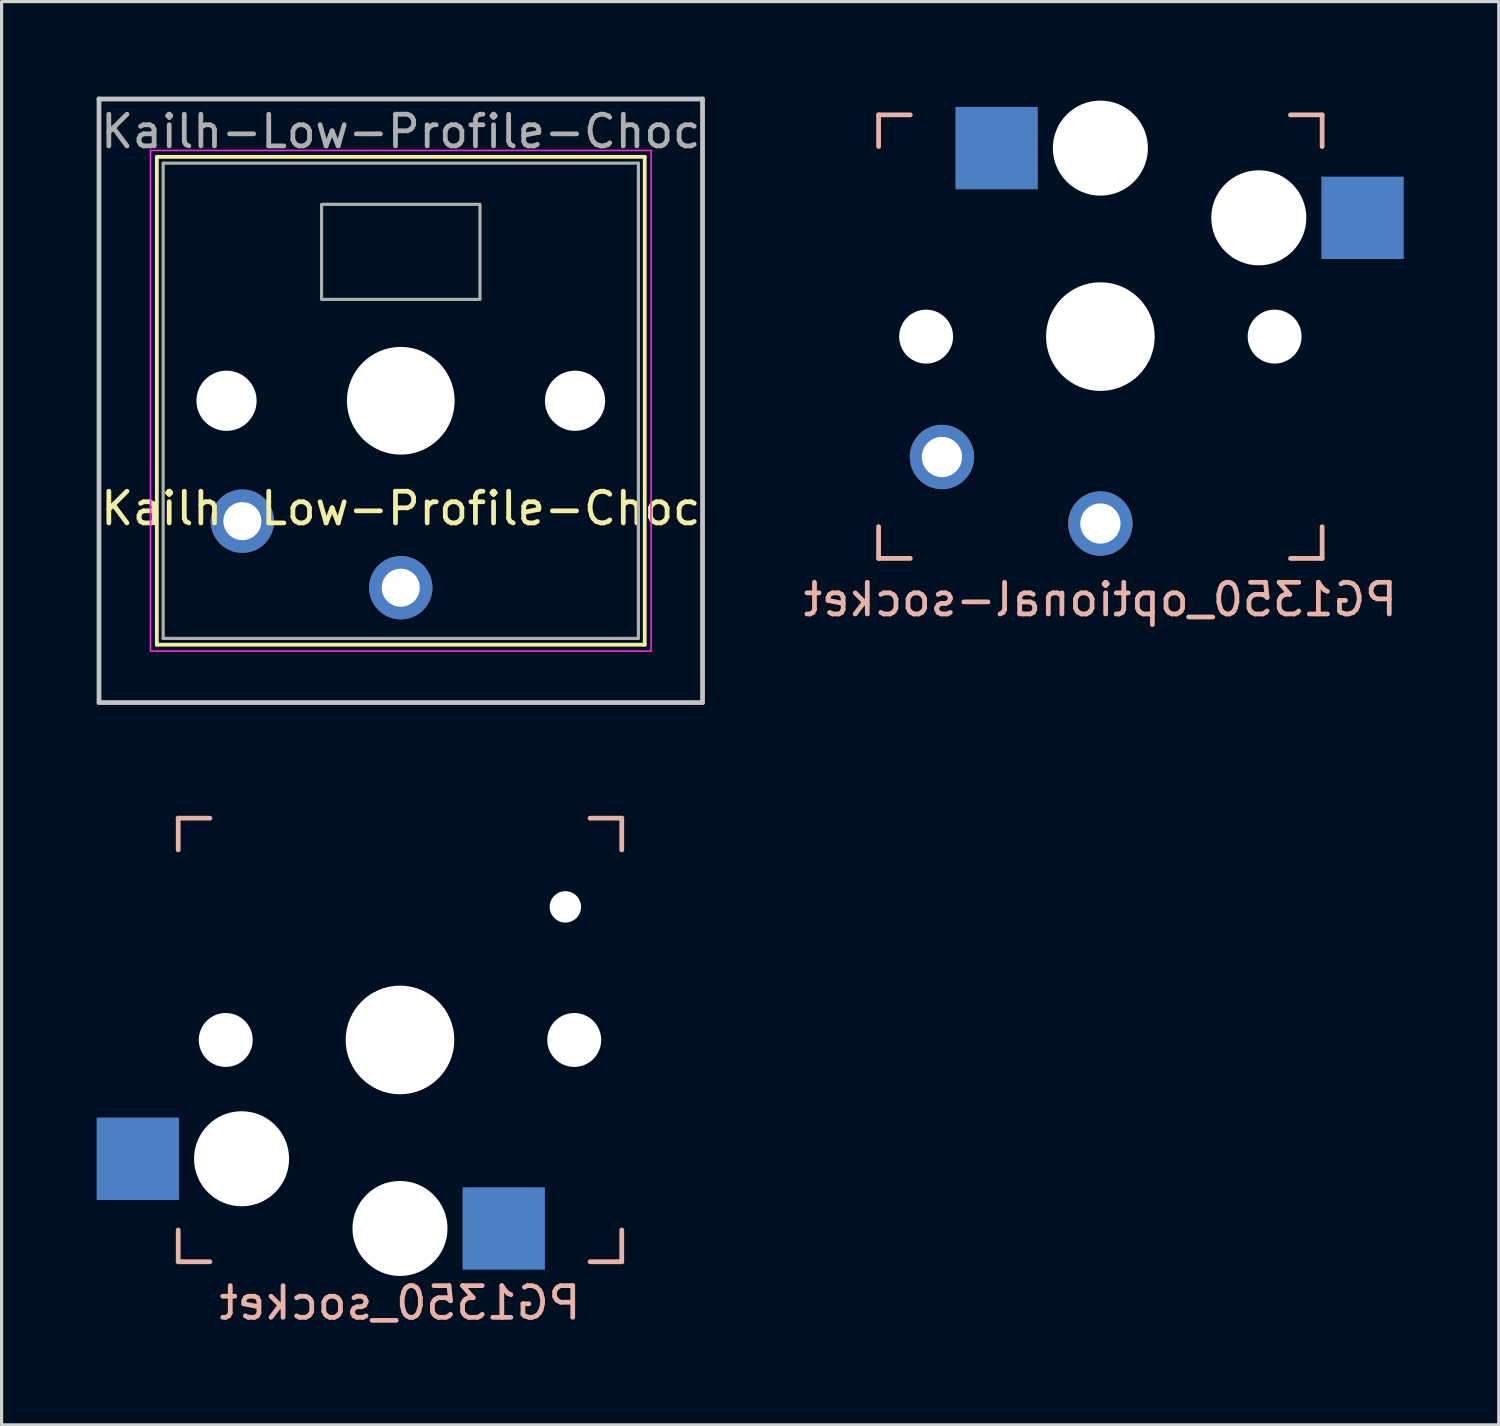
<source format=kicad_pcb>
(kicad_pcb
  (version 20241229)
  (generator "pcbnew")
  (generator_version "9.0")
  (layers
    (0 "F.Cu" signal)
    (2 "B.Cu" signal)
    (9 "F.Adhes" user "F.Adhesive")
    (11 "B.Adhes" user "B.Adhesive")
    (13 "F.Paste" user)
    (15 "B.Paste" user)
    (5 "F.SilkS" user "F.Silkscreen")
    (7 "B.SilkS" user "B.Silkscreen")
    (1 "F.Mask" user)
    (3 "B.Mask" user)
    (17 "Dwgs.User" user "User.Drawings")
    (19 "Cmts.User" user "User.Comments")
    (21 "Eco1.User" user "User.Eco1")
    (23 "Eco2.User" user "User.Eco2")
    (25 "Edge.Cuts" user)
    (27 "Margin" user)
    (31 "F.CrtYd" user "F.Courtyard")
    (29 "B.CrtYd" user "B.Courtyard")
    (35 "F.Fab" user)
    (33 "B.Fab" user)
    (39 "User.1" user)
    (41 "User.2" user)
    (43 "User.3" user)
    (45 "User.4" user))
  (footprint "PG1350_socket"
    (layer "F.Cu")
    (at 9.575 29.775)
    (property "Reference" "PG1350_socket" (at 0 8.3 0) (layer "B.SilkS") (effects (font (size 1 1) (thickness 0.15)) (justify mirror)))
    (attr through_hole)
    (fp_line (start -7 -7) (end -6 -7) (stroke (width 0.15) (type solid)) (layer "B.SilkS"))
    (fp_line (start -7 -6) (end -7 -7) (stroke (width 0.15) (type solid)) (layer "B.SilkS"))
    (fp_line (start -7 7) (end -7 6) (stroke (width 0.15) (type solid)) (layer "B.SilkS"))
    (fp_line (start -6 7) (end -7 7) (stroke (width 0.15) (type solid)) (layer "B.SilkS"))
    (fp_line (start 6 -7) (end 7 -7) (stroke (width 0.15) (type solid)) (layer "B.SilkS"))
    (fp_line (start 7 -7) (end 7 -6) (stroke (width 0.15) (type solid)) (layer "B.SilkS"))
    (fp_line (start 7 6) (end 7 7) (stroke (width 0.15) (type solid)) (layer "B.SilkS"))
    (fp_line (start 7 7) (end 6 7) (stroke (width 0.15) (type solid)) (layer "B.SilkS"))
    (fp_line (start -7.5 -7.5) (end 7.5 -7.5) (stroke (width 0.15) (type solid)) (layer "Eco2.User"))
    (fp_line (start -7.5 7.5) (end -7.5 -7.5) (stroke (width 0.15) (type solid)) (layer "Eco2.User"))
    (fp_line (start -6.9 6.9) (end -6.9 -6.9) (stroke (width 0.15) (type solid)) (layer "Eco2.User"))
    (fp_line (start -6.9 6.9) (end 6.9 6.9) (stroke (width 0.15) (type solid)) (layer "Eco2.User"))
    (fp_line (start -2.6 -3.1) (end -2.6 -6.3) (stroke (width 0.15) (type solid)) (layer "Eco2.User"))
    (fp_line (start -2.6 -3.1) (end 2.6 -3.1) (stroke (width 0.15) (type solid)) (layer "Eco2.User"))
    (fp_line (start 2.6 -6.3) (end -2.6 -6.3) (stroke (width 0.15) (type solid)) (layer "Eco2.User"))
    (fp_line (start 2.6 -3.1) (end 2.6 -6.3) (stroke (width 0.15) (type solid)) (layer "Eco2.User"))
    (fp_line (start 6.9 -6.9) (end -6.9 -6.9) (stroke (width 0.15) (type solid)) (layer "Eco2.User"))
    (fp_line (start 6.9 -6.9) (end 6.9 6.9) (stroke (width 0.15) (type solid)) (layer "Eco2.User"))
    (fp_line (start 7.5 -7.5) (end 7.5 7.5) (stroke (width 0.15) (type solid)) (layer "Eco2.User"))
    (fp_line (start 7.5 7.5) (end -7.5 7.5) (stroke (width 0.15) (type solid)) (layer "Eco2.User"))
    (pad "" np_thru_hole circle (at -5.5 0) (size 1.702 1.702) (drill 1.702) (layers "*.Cu" "*.Mask"))
    (pad "" np_thru_hole circle (at -5 3.75) (size 3 3) (drill 3) (layers "*.Cu" "*.Mask"))
    (pad "" np_thru_hole circle (at 0 0) (size 3.429 3.429) (drill 3.429) (layers "*.Cu" "*.Mask"))
    (pad "" np_thru_hole circle (at 0 5.95) (size 3 3) (drill 3) (layers "*.Cu" "*.Mask"))
    (pad "" np_thru_hole circle (at 5.22 -4.2) (size 0.991 0.991) (drill 0.991) (layers "*.Cu" "*.Mask"))
    (pad "" np_thru_hole circle (at 5.5 0) (size 1.702 1.702) (drill 1.702) (layers "*.Cu" "*.Mask"))
    (pad "1" smd rect (at 3.275 5.95) (size 2.6 2.6) (layers "B.Cu" "B.Mask" "B.Paste"))
    (pad "2" smd rect (at -8.275 3.75) (size 2.6 2.6) (layers "B.Cu" "B.Mask" "B.Paste")))
  (footprint "PG1350_optional-socket"
    (layer "F.Cu")
    (at 31.682 7.575)
    (property "Reference" "PG1350_optional-socket" (at 0 8.3 0) (layer "B.SilkS") (effects (font (size 1 1) (thickness 0.15)) (justify mirror)))
    (attr through_hole)
    (fp_line (start -7 -7) (end -6 -7) (stroke (width 0.15) (type solid)) (layer "B.SilkS"))
    (fp_line (start -7 -6) (end -7 -7) (stroke (width 0.15) (type solid)) (layer "B.SilkS"))
    (fp_line (start -7 7) (end -7 6) (stroke (width 0.15) (type solid)) (layer "B.SilkS"))
    (fp_line (start -6 7) (end -7 7) (stroke (width 0.15) (type solid)) (layer "B.SilkS"))
    (fp_line (start 6 -7) (end 7 -7) (stroke (width 0.15) (type solid)) (layer "B.SilkS"))
    (fp_line (start 7 -7) (end 7 -6) (stroke (width 0.15) (type solid)) (layer "B.SilkS"))
    (fp_line (start 7 6) (end 7 7) (stroke (width 0.15) (type solid)) (layer "B.SilkS"))
    (fp_line (start 7 7) (end 6 7) (stroke (width 0.15) (type solid)) (layer "B.SilkS"))
    (fp_line (start -7.5 -7.5) (end 7.5 -7.5) (stroke (width 0.15) (type solid)) (layer "Eco2.User"))
    (fp_line (start -7.5 7.5) (end -7.5 -7.5) (stroke (width 0.15) (type solid)) (layer "Eco2.User"))
    (fp_line (start -6.9 6.9) (end -6.9 -6.9) (stroke (width 0.15) (type solid)) (layer "Eco2.User"))
    (fp_line (start -6.9 6.9) (end 6.9 6.9) (stroke (width 0.15) (type solid)) (layer "Eco2.User"))
    (fp_line (start -2.6 -3.1) (end -2.6 -6.3) (stroke (width 0.15) (type solid)) (layer "Eco2.User"))
    (fp_line (start -2.6 -3.1) (end 2.6 -3.1) (stroke (width 0.15) (type solid)) (layer "Eco2.User"))
    (fp_line (start 2.6 -6.3) (end -2.6 -6.3) (stroke (width 0.15) (type solid)) (layer "Eco2.User"))
    (fp_line (start 2.6 -3.1) (end 2.6 -6.3) (stroke (width 0.15) (type solid)) (layer "Eco2.User"))
    (fp_line (start 6.9 -6.9) (end -6.9 -6.9) (stroke (width 0.15) (type solid)) (layer "Eco2.User"))
    (fp_line (start 6.9 -6.9) (end 6.9 6.9) (stroke (width 0.15) (type solid)) (layer "Eco2.User"))
    (fp_line (start 7.5 -7.5) (end 7.5 7.5) (stroke (width 0.15) (type solid)) (layer "Eco2.User"))
    (fp_line (start 7.5 7.5) (end -7.5 7.5) (stroke (width 0.15) (type solid)) (layer "Eco2.User"))
    (pad "" np_thru_hole circle (at -5.5 0) (size 1.702 1.702) (drill 1.702) (layers "*.Cu" "*.Mask"))
    (pad "" np_thru_hole circle (at 0 -5.95) (size 3 3) (drill 3) (layers "*.Cu" "*.Mask"))
    (pad "" np_thru_hole circle (at 0 0) (size 3.429 3.429) (drill 3.429) (layers "*.Cu" "*.Mask"))
    (pad "" np_thru_hole circle (at 5 -3.75) (size 3 3) (drill 3) (layers "*.Cu" "*.Mask"))
    (pad "" np_thru_hole circle (at 5.5 0) (size 1.702 1.702) (drill 1.702) (layers "*.Cu" "*.Mask"))
    (pad "1" smd rect (at -3.275 -5.95) (size 2.6 2.6) (layers "B.Cu" "B.Mask" "B.Paste"))
    (pad "1" thru_hole circle (at 0 5.9) (size 2.032 2.032) (drill 1.27) (layers "*.Cu" "*.Mask"))
    (pad "2" thru_hole circle (at -5 3.8) (size 2.032 2.032) (drill 1.27) (layers "*.Cu" "*.Mask"))
    (pad "2" smd rect (at 8.275 -3.75) (size 2.6 2.6) (layers "B.Cu" "B.Mask" "B.Paste")))
  (footprint "Kailh-Low-Profile-Choc"
    (layer "F.Cu")
    (at 9.6 9.6)
    (property "Reference" "Kailh-Low-Profile-Choc" (at 0 3.4 0) (unlocked yes) (layer "F.SilkS") (effects (font (size 1 1) (thickness 0.15))))
    (attr through_hole)
    (fp_line (start -7.7 -7.7) (end 7.7 -7.7) (stroke (width 0.12) (type solid)) (layer "F.SilkS"))
    (fp_line (start -7.7 7.7) (end -7.7 -7.7) (stroke (width 0.12) (type solid)) (layer "F.SilkS"))
    (fp_line (start 7.7 -7.7) (end 7.7 7.7) (stroke (width 0.12) (type solid)) (layer "F.SilkS"))
    (fp_line (start 7.7 7.7) (end -7.7 7.7) (stroke (width 0.12) (type solid)) (layer "F.SilkS"))
    (fp_line (start -9.525 -9.525) (end 9.525 -9.525) (stroke (width 0.15) (type solid)) (layer "Dwgs.User"))
    (fp_line (start -9.525 9.525) (end -9.525 -9.525) (stroke (width 0.15) (type solid)) (layer "Dwgs.User"))
    (fp_line (start 9.525 -9.525) (end 9.525 9.525) (stroke (width 0.15) (type solid)) (layer "Dwgs.User"))
    (fp_line (start 9.525 9.525) (end -9.525 9.525) (stroke (width 0.15) (type solid)) (layer "Dwgs.User"))
    (fp_line (start -7.9 -7.9) (end 7.9 -7.9) (stroke (width 0.05) (type solid)) (layer "F.CrtYd"))
    (fp_line (start -7.9 7.9) (end -7.9 -7.9) (stroke (width 0.05) (type solid)) (layer "F.CrtYd"))
    (fp_line (start 7.9 -7.9) (end 7.9 7.9) (stroke (width 0.05) (type solid)) (layer "F.CrtYd"))
    (fp_line (start 7.9 7.9) (end -7.9 7.9) (stroke (width 0.05) (type solid)) (layer "F.CrtYd"))
    (fp_line (start -7.5 -7.5) (end 7.5 -7.5) (stroke (width 0.1) (type solid)) (layer "F.Fab"))
    (fp_line (start -7.5 7.5) (end -7.5 -7.5) (stroke (width 0.1) (type solid)) (layer "F.Fab"))
    (fp_line (start 7.5 -7.5) (end 7.5 7.5) (stroke (width 0.1) (type solid)) (layer "F.Fab"))
    (fp_line (start 7.5 7.5) (end -7.5 7.5) (stroke (width 0.1) (type solid)) (layer "F.Fab"))
    (fp_rect (start -2.5 -6.2) (end 2.5 -3.2) (stroke (width 0.1) (type solid)) (fill no) (layer "F.Fab"))
    (fp_text user "${REFERENCE}" (at 0 -8.5 0) (layer "F.Fab") (effects (font (size 1 1) (thickness 0.15))))
    (pad "" np_thru_hole circle (at -5.5 0) (size 1.9 1.9) (drill 1.9) (layers "*.Cu" "*.Mask"))
    (pad "" np_thru_hole circle (at 0 0) (size 3.4 3.4) (drill 3.4) (layers "*.Cu" "*.Mask"))
    (pad "" np_thru_hole circle (at 5.5 0) (size 1.9 1.9) (drill 1.9) (layers "*.Cu" "*.Mask"))
    (pad "1" thru_hole circle (at 0 5.9) (size 2 2) (drill 1.2) (layers "*.Cu" "*.Mask"))
    (pad "2" thru_hole circle (at -5 3.8) (size 2 2) (drill 1.2) (layers "*.Cu" "*.Mask")))
  (gr_rect
    (start -3 -3)
    (end 44.257 41.923)
    (stroke (width 0.1) (type default))
    (fill no)
    (layer "Edge.Cuts")))
</source>
